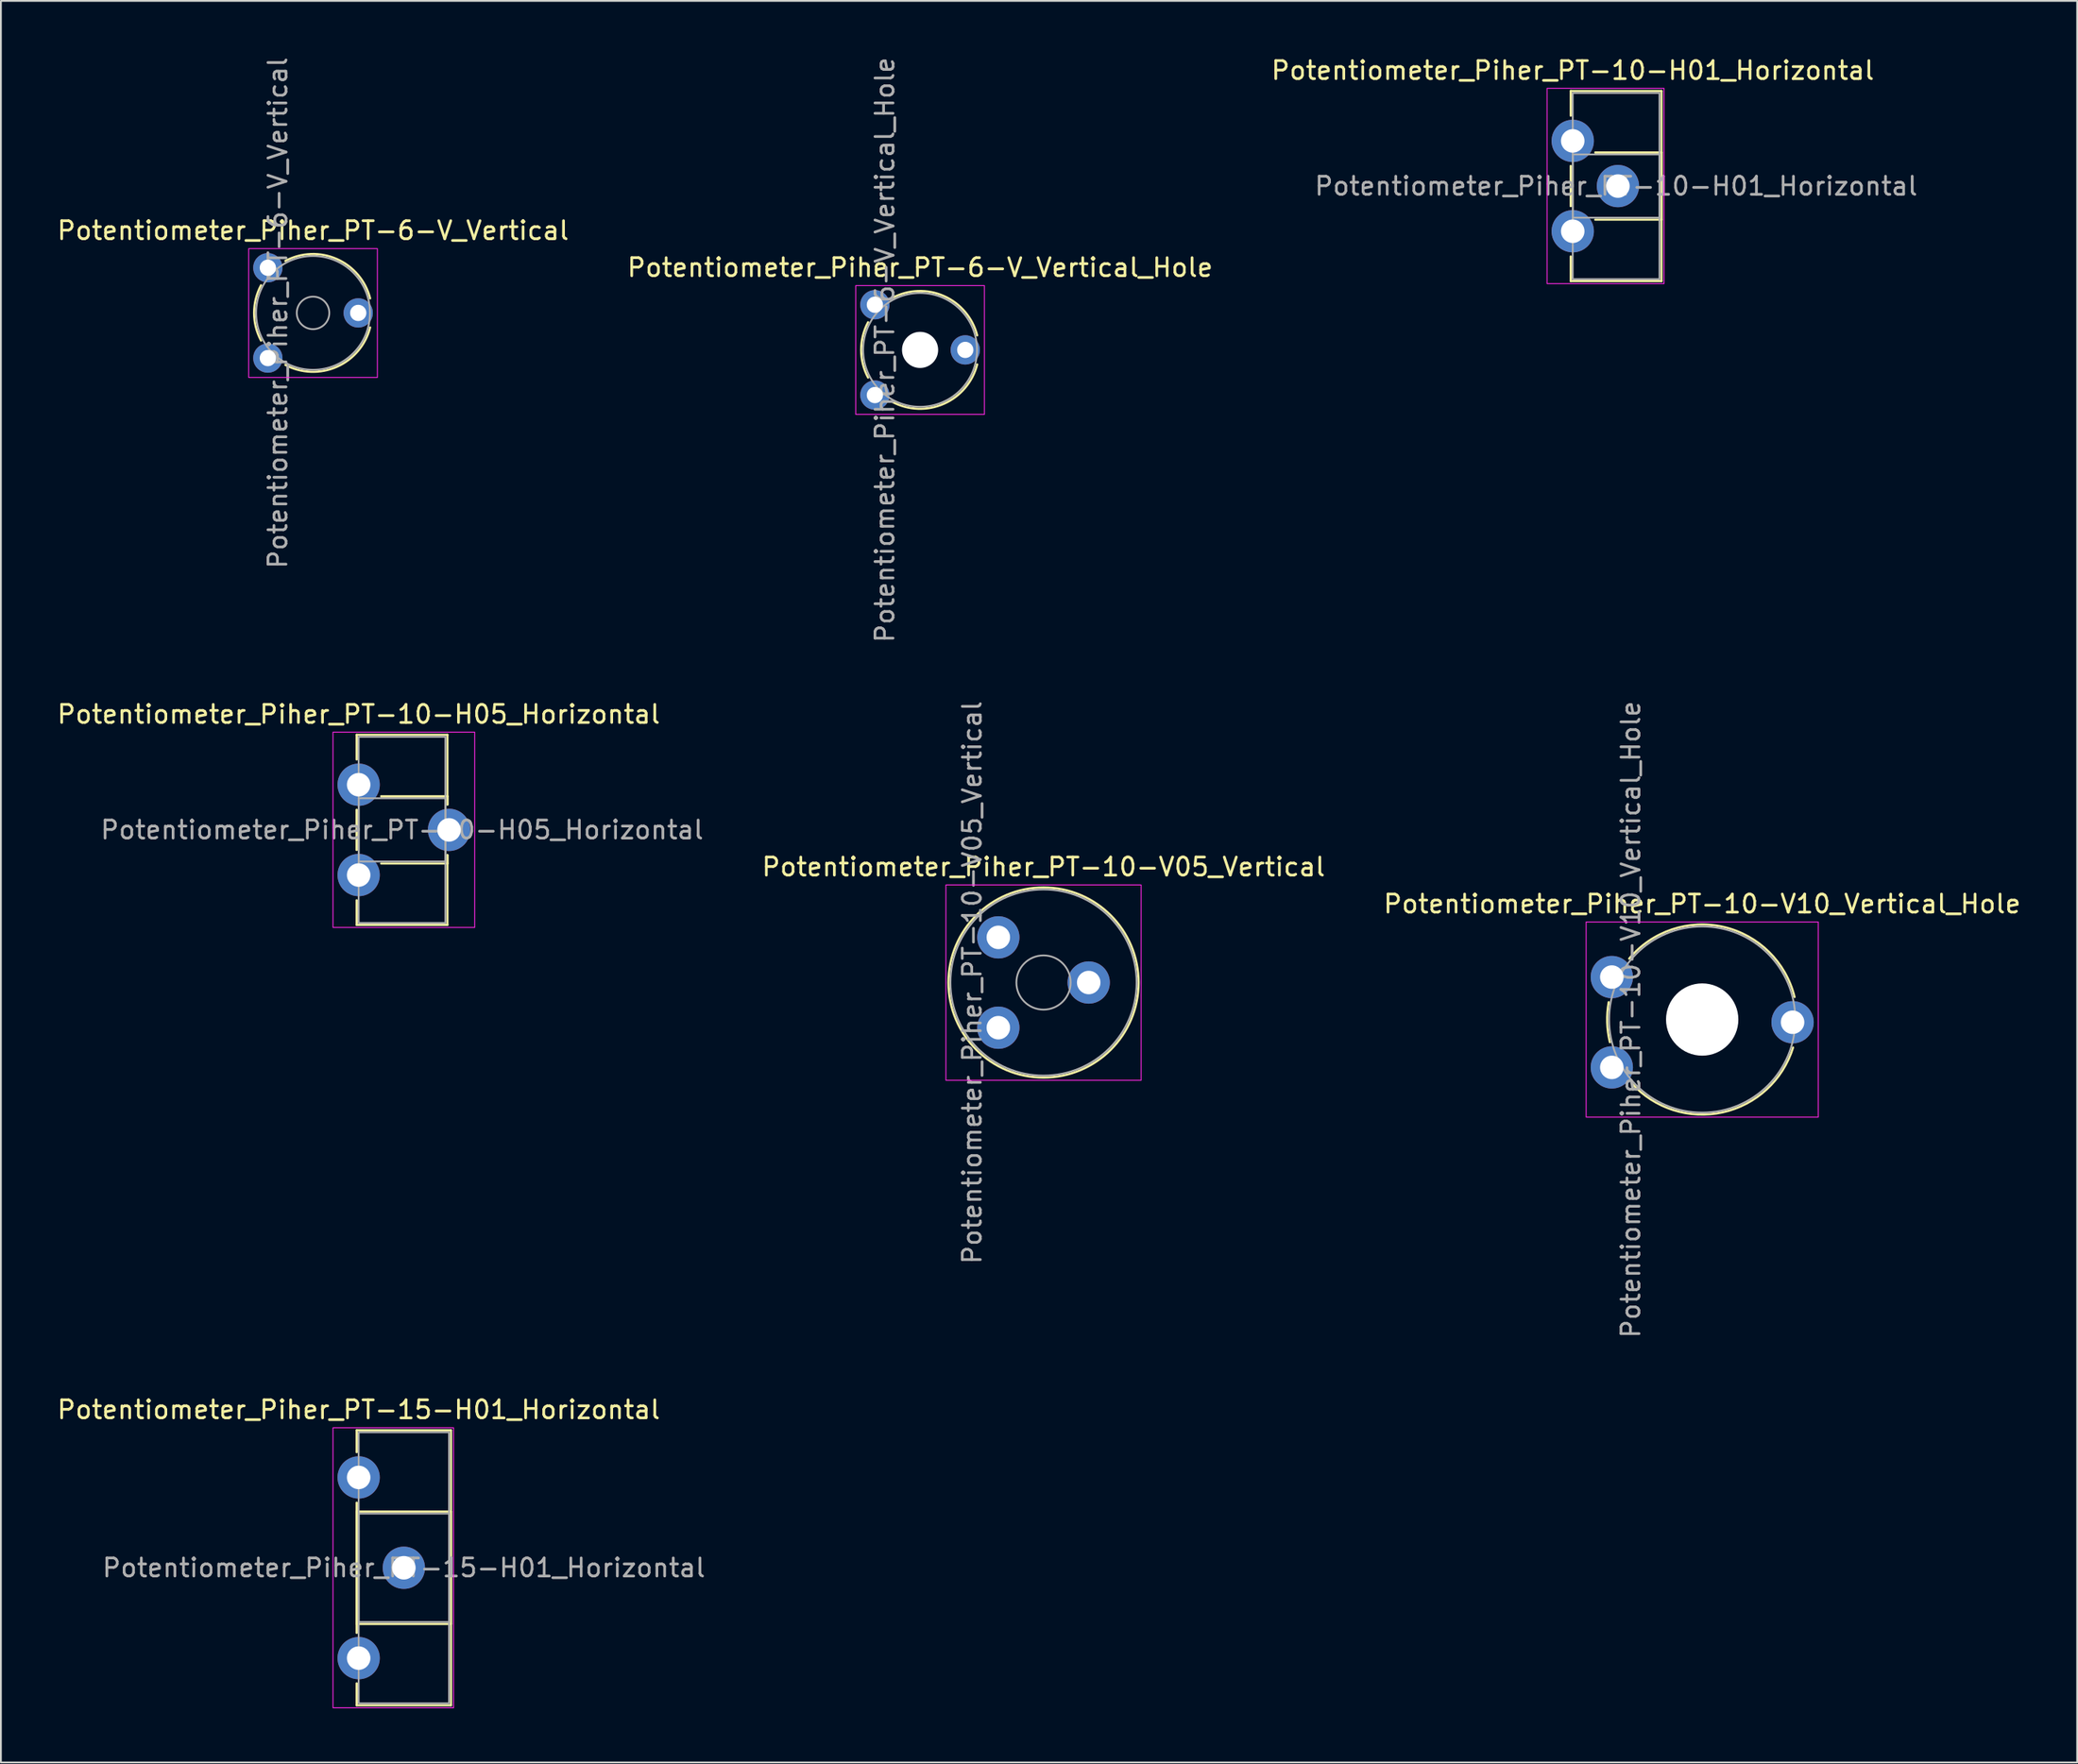
<source format=kicad_pcb>
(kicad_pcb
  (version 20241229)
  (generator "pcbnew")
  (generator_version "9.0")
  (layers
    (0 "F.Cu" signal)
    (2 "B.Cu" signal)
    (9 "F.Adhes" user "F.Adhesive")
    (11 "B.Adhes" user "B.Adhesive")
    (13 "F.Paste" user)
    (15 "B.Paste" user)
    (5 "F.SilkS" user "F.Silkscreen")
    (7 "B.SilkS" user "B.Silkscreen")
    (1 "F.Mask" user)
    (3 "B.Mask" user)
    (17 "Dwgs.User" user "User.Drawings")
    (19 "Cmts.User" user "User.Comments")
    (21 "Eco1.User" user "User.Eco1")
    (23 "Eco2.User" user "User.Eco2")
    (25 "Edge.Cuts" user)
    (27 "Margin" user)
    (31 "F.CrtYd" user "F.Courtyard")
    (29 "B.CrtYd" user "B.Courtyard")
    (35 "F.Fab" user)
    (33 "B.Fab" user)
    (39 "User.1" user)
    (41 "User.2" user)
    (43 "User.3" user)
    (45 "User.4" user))
  (footprint "Potentiometer_Piher_PT-6-V_Vertical_Hole"
    (layer "F.Cu")
    (at 45.351 18.815)
    (property "Reference" "Potentiometer_Piher_PT-6-V_Vertical_Hole" (at 2.5 -7.06 0) (layer "F.SilkS") (effects (font (size 1 1) (thickness 0.15))))
    (attr through_hole)
    (fp_arc (start -0.378 -0.969) (mid -0.76 -2.5) (end -0.378 -4.031) (stroke (width 0.12) (type solid)) (layer "F.SilkS"))
    (fp_arc (start 0.969 -5.378) (mid 3.818477 -5.481789) (end 5.659 -3.304) (stroke (width 0.12) (type solid)) (layer "F.SilkS"))
    (fp_arc (start 5.659 -1.696) (mid 3.818477 0.481789) (end 0.969 0.378) (stroke (width 0.12) (type solid)) (layer "F.SilkS"))
    (fp_rect (start -1.06 -6.06) (end 6.06 1.07) (stroke (width 0.05) (type solid)) (fill no) (layer "F.CrtYd"))
    (fp_circle (center 2.5 -2.5) (end 5.65 -2.5) (stroke (width 0.1) (type solid)) (fill no) (layer "F.Fab"))
    (fp_text user "${REFERENCE}" (at 0.55 -2.5 90) (layer "F.Fab") (effects (font (size 1 1) (thickness 0.15))))
    (pad "" np_thru_hole circle (at 2.5 -2.5) (size 2 2) (drill 2) (layers "*.Cu" "*.Mask"))
    (pad "1" thru_hole circle (at 0 0) (size 1.62 1.62) (drill 0.9) (layers "*.Cu" "*.Mask"))
    (pad "2" thru_hole circle (at 5 -2.5) (size 1.62 1.62) (drill 0.9) (layers "*.Cu" "*.Mask"))
    (pad "3" thru_hole circle (at 0 -5) (size 1.62 1.62) (drill 0.9) (layers "*.Cu" "*.Mask")))
  (footprint "Potentiometer_Piher_PT-6-V_Vertical"
    (layer "F.Cu")
    (at 11.768 16.768)
    (property "Reference" "Potentiometer_Piher_PT-6-V_Vertical" (at 2.5 -7.06 0) (layer "F.SilkS") (effects (font (size 1 1) (thickness 0.15))))
    (attr through_hole)
    (fp_arc (start -0.378 -0.969) (mid -0.76 -2.5) (end -0.378 -4.031) (stroke (width 0.12) (type solid)) (layer "F.SilkS"))
    (fp_arc (start 0.969 -5.378) (mid 3.818477 -5.481789) (end 5.659 -3.304) (stroke (width 0.12) (type solid)) (layer "F.SilkS"))
    (fp_arc (start 5.659 -1.696) (mid 3.818477 0.481789) (end 0.969 0.378) (stroke (width 0.12) (type solid)) (layer "F.SilkS"))
    (fp_rect (start -1.06 -6.06) (end 6.06 1.07) (stroke (width 0.05) (type solid)) (fill no) (layer "F.CrtYd"))
    (fp_circle (center 2.5 -2.5) (end 3.4 -2.5) (stroke (width 0.1) (type solid)) (fill no) (layer "F.Fab"))
    (fp_circle (center 2.5 -2.5) (end 5.65 -2.5) (stroke (width 0.1) (type solid)) (fill no) (layer "F.Fab"))
    (fp_text user "${REFERENCE}" (at 0.55 -2.5 90) (layer "F.Fab") (effects (font (size 1 1) (thickness 0.15))))
    (pad "1" thru_hole circle (at 0 0) (size 1.62 1.62) (drill 0.9) (layers "*.Cu" "*.Mask"))
    (pad "2" thru_hole circle (at 5 -2.5) (size 1.62 1.62) (drill 0.9) (layers "*.Cu" "*.Mask"))
    (pad "3" thru_hole circle (at 0 -5) (size 1.62 1.62) (drill 0.9) (layers "*.Cu" "*.Mask")))
  (footprint "Potentiometer_Piher_PT-10-V05_Vertical"
    (layer "F.Cu")
    (at 52.18 53.827)
    (property "Reference" "Potentiometer_Piher_PT-10-V05_Vertical" (at 2.5 -8.9 0) (layer "F.SilkS") (effects (font (size 1 1) (thickness 0.15))))
    (attr through_hole)
    (fp_circle (center 2.5 -2.5) (end 7.76 -2.5) (stroke (width 0.12) (type solid)) (fill no) (layer "F.SilkS"))
    (fp_rect (start -2.9 -7.9) (end 7.9 2.91) (stroke (width 0.05) (type solid)) (fill no) (layer "F.CrtYd"))
    (fp_circle (center 2.5 -2.5) (end 4 -2.5) (stroke (width 0.1) (type solid)) (fill no) (layer "F.Fab"))
    (fp_circle (center 2.5 -2.5) (end 7.65 -2.5) (stroke (width 0.1) (type solid)) (fill no) (layer "F.Fab"))
    (fp_text user "${REFERENCE}" (at -1.45 -2.5 90) (layer "F.Fab") (effects (font (size 1 1) (thickness 0.15))))
    (pad "1" thru_hole circle (at 0 0) (size 2.34 2.34) (drill 1.3) (layers "*.Cu" "*.Mask"))
    (pad "2" thru_hole circle (at 5 -2.5) (size 2.34 2.34) (drill 1.3) (layers "*.Cu" "*.Mask"))
    (pad "3" thru_hole circle (at 0 -5) (size 2.34 2.34) (drill 1.3) (layers "*.Cu" "*.Mask")))
  (footprint "Potentiometer_Piher_PT-10-V10_Vertical_Hole"
    (layer "F.Cu")
    (at 86.12 56.025)
    (property "Reference" "Potentiometer_Piher_PT-10-V10_Vertical_Hole" (at 5 -9.05 0) (layer "F.SilkS") (effects (font (size 1 1) (thickness 0.15))))
    (attr through_hole)
    (fp_arc (start -0.108 -1.396) (mid -0.258003 -2.50009) (end -0.172 -3.611) (stroke (width 0.12) (type solid)) (layer "F.SilkS"))
    (fp_arc (start 0.96 -6.019) (mid 6.188516 -7.774112) (end 10.11 -3.896) (stroke (width 0.12) (type solid)) (layer "F.SilkS"))
    (fp_arc (start 10.027 -1.1) (mid 6.134659 2.486075) (end 1.094 0.873) (stroke (width 0.12) (type solid)) (layer "F.SilkS"))
    (fp_rect (start -1.42 -8.05) (end 11.42 2.75) (stroke (width 0.05) (type solid)) (fill no) (layer "F.CrtYd"))
    (fp_circle (center 5 -2.65) (end 10.15 -2.65) (stroke (width 0.1) (type solid)) (fill no) (layer "F.Fab"))
    (fp_text user "${REFERENCE}" (at 1.05 -2.65 90) (layer "F.Fab") (effects (font (size 1 1) (thickness 0.15))))
    (pad "" np_thru_hole circle (at 5 -2.65) (size 4 4) (drill 4) (layers "*.Cu" "*.Mask"))
    (pad "1" thru_hole circle (at 0 0) (size 2.34 2.34) (drill 1.3) (layers "*.Cu" "*.Mask"))
    (pad "2" thru_hole circle (at 10 -2.5) (size 2.34 2.34) (drill 1.3) (layers "*.Cu" "*.Mask"))
    (pad "3" thru_hole circle (at 0 -5) (size 2.34 2.34) (drill 1.3) (layers "*.Cu" "*.Mask")))
  (footprint "Potentiometer_Piher_PT-15-H01_Horizontal"
    (layer "F.Cu")
    (at 16.792 78.717)
    (property "Reference" "Potentiometer_Piher_PT-15-H01_Horizontal" (at 0 -3.75 0) (layer "F.SilkS") (effects (font (size 1 1) (thickness 0.15))))
    (attr through_hole)
    (fp_line (start -0.11 -2.61) (end 5.11 -2.61) (stroke (width 0.12) (type solid)) (layer "F.SilkS"))
    (fp_line (start -0.11 -1.396) (end -0.11 -2.61) (stroke (width 0.12) (type solid)) (layer "F.SilkS"))
    (fp_line (start -0.11 1.89) (end 5.11 1.89) (stroke (width 0.12) (type solid)) (layer "F.SilkS"))
    (fp_line (start -0.11 8.11) (end -0.11 1.89) (stroke (width 0.12) (type solid)) (layer "F.SilkS"))
    (fp_line (start -0.11 8.604) (end -0.11 1.396) (stroke (width 0.12) (type solid)) (layer "F.SilkS"))
    (fp_line (start -0.11 12.61) (end -0.11 11.396) (stroke (width 0.12) (type solid)) (layer "F.SilkS"))
    (fp_line (start 5.11 -2.61) (end 5.11 12.61) (stroke (width 0.12) (type solid)) (layer "F.SilkS"))
    (fp_line (start 5.11 1.89) (end 5.11 8.11) (stroke (width 0.12) (type solid)) (layer "F.SilkS"))
    (fp_line (start 5.11 8.11) (end -0.11 8.11) (stroke (width 0.12) (type solid)) (layer "F.SilkS"))
    (fp_line (start 5.11 12.61) (end -0.11 12.61) (stroke (width 0.12) (type solid)) (layer "F.SilkS"))
    (fp_rect (start -1.42 -2.75) (end 5.25 12.75) (stroke (width 0.05) (type solid)) (fill no) (layer "F.CrtYd"))
    (fp_rect (start 0 -2.5) (end 5 12.5) (stroke (width 0.1) (type solid)) (fill no) (layer "F.Fab"))
    (fp_rect (start 0 2) (end 5 8) (stroke (width 0.1) (type solid)) (fill no) (layer "F.Fab"))
    (fp_text user "${REFERENCE}" (at 2.5 5 0) (layer "F.Fab") (effects (font (size 1 1) (thickness 0.15))))
    (pad "1" thru_hole circle (at 0 0) (size 2.34 2.34) (drill 1.3) (layers "*.Cu" "*.Mask"))
    (pad "2" thru_hole circle (at 2.5 5) (size 2.34 2.34) (drill 1.3) (layers "*.Cu" "*.Mask"))
    (pad "3" thru_hole circle (at 0 10) (size 2.34 2.34) (drill 1.3) (layers "*.Cu" "*.Mask")))
  (footprint "Potentiometer_Piher_PT-10-H01_Horizontal"
    (layer "F.Cu")
    (at 83.958 4.748)
    (property "Reference" "Potentiometer_Piher_PT-10-H01_Horizontal" (at 0 -3.9 0) (layer "F.SilkS") (effects (font (size 1 1) (thickness 0.15))))
    (attr through_hole)
    (fp_line (start -0.11 -2.76) (end 4.91 -2.76) (stroke (width 0.12) (type solid)) (layer "F.SilkS"))
    (fp_line (start -0.11 -1.396) (end -0.11 -2.76) (stroke (width 0.12) (type solid)) (layer "F.SilkS"))
    (fp_line (start -0.11 3.604) (end -0.11 1.396) (stroke (width 0.12) (type solid)) (layer "F.SilkS"))
    (fp_line (start -0.11 3.604) (end -0.11 1.396) (stroke (width 0.12) (type solid)) (layer "F.SilkS"))
    (fp_line (start -0.11 7.76) (end -0.11 6.396) (stroke (width 0.12) (type solid)) (layer "F.SilkS"))
    (fp_line (start 1.245 0.64) (end 4.91 0.64) (stroke (width 0.12) (type solid)) (layer "F.SilkS"))
    (fp_line (start 4.91 -2.76) (end 4.91 7.76) (stroke (width 0.12) (type solid)) (layer "F.SilkS"))
    (fp_line (start 4.91 0.64) (end 4.91 4.36) (stroke (width 0.12) (type solid)) (layer "F.SilkS"))
    (fp_line (start 4.91 4.36) (end 1.245 4.36) (stroke (width 0.12) (type solid)) (layer "F.SilkS"))
    (fp_line (start 4.91 7.76) (end -0.11 7.76) (stroke (width 0.12) (type solid)) (layer "F.SilkS"))
    (fp_rect (start -1.42 -2.91) (end 5.05 7.9) (stroke (width 0.05) (type solid)) (fill no) (layer "F.CrtYd"))
    (fp_rect (start 0 -2.65) (end 4.8 7.65) (stroke (width 0.1) (type solid)) (fill no) (layer "F.Fab"))
    (fp_rect (start 0 0.75) (end 4.8 4.25) (stroke (width 0.1) (type solid)) (fill no) (layer "F.Fab"))
    (fp_text user "${REFERENCE}" (at 2.4 2.5 0) (layer "F.Fab") (effects (font (size 1 1) (thickness 0.15))))
    (pad "1" thru_hole circle (at 0 0) (size 2.34 2.34) (drill 1.3) (layers "*.Cu" "*.Mask"))
    (pad "2" thru_hole circle (at 2.5 2.5) (size 2.34 2.34) (drill 1.3) (layers "*.Cu" "*.Mask"))
    (pad "3" thru_hole circle (at 0 5) (size 2.34 2.34) (drill 1.3) (layers "*.Cu" "*.Mask")))
  (footprint "Potentiometer_Piher_PT-10-H05_Horizontal"
    (layer "F.Cu")
    (at 16.792 40.379)
    (property "Reference" "Potentiometer_Piher_PT-10-H05_Horizontal" (at 0 -3.9 0) (layer "F.SilkS") (effects (font (size 1 1) (thickness 0.15))))
    (attr through_hole)
    (fp_line (start -0.11 -2.76) (end 4.91 -2.76) (stroke (width 0.12) (type solid)) (layer "F.SilkS"))
    (fp_line (start -0.11 -1.396) (end -0.11 -2.76) (stroke (width 0.12) (type solid)) (layer "F.SilkS"))
    (fp_line (start -0.11 3.604) (end -0.11 1.396) (stroke (width 0.12) (type solid)) (layer "F.SilkS"))
    (fp_line (start -0.11 3.604) (end -0.11 1.396) (stroke (width 0.12) (type solid)) (layer "F.SilkS"))
    (fp_line (start -0.11 7.76) (end -0.11 6.396) (stroke (width 0.12) (type solid)) (layer "F.SilkS"))
    (fp_line (start 1.245 0.64) (end 4.91 0.64) (stroke (width 0.12) (type solid)) (layer "F.SilkS"))
    (fp_line (start 4.91 -2.76) (end 4.91 1.103) (stroke (width 0.12) (type solid)) (layer "F.SilkS"))
    (fp_line (start 4.91 0.64) (end 4.91 1.103) (stroke (width 0.12) (type solid)) (layer "F.SilkS"))
    (fp_line (start 4.91 3.897) (end 4.91 4.36) (stroke (width 0.12) (type solid)) (layer "F.SilkS"))
    (fp_line (start 4.91 3.897) (end 4.91 7.76) (stroke (width 0.12) (type solid)) (layer "F.SilkS"))
    (fp_line (start 4.91 4.36) (end 1.245 4.36) (stroke (width 0.12) (type solid)) (layer "F.SilkS"))
    (fp_line (start 4.91 7.76) (end -0.11 7.76) (stroke (width 0.12) (type solid)) (layer "F.SilkS"))
    (fp_rect (start -1.42 -2.91) (end 6.42 7.9) (stroke (width 0.05) (type solid)) (fill no) (layer "F.CrtYd"))
    (fp_rect (start 0 -2.65) (end 4.8 7.65) (stroke (width 0.1) (type solid)) (fill no) (layer "F.Fab"))
    (fp_rect (start 0 0.75) (end 4.8 4.25) (stroke (width 0.1) (type solid)) (fill no) (layer "F.Fab"))
    (fp_text user "${REFERENCE}" (at 2.4 2.5 0) (layer "F.Fab") (effects (font (size 1 1) (thickness 0.15))))
    (pad "1" thru_hole circle (at 0 0) (size 2.34 2.34) (drill 1.3) (layers "*.Cu" "*.Mask"))
    (pad "2" thru_hole circle (at 5 2.5) (size 2.34 2.34) (drill 1.3) (layers "*.Cu" "*.Mask"))
    (pad "3" thru_hole circle (at 0 5) (size 2.34 2.34) (drill 1.3) (layers "*.Cu" "*.Mask")))
  (gr_rect
    (start -3 -3)
    (end 111.864 94.492)
    (stroke (width 0.1) (type default))
    (fill no)
    (layer "Edge.Cuts")))
</source>
